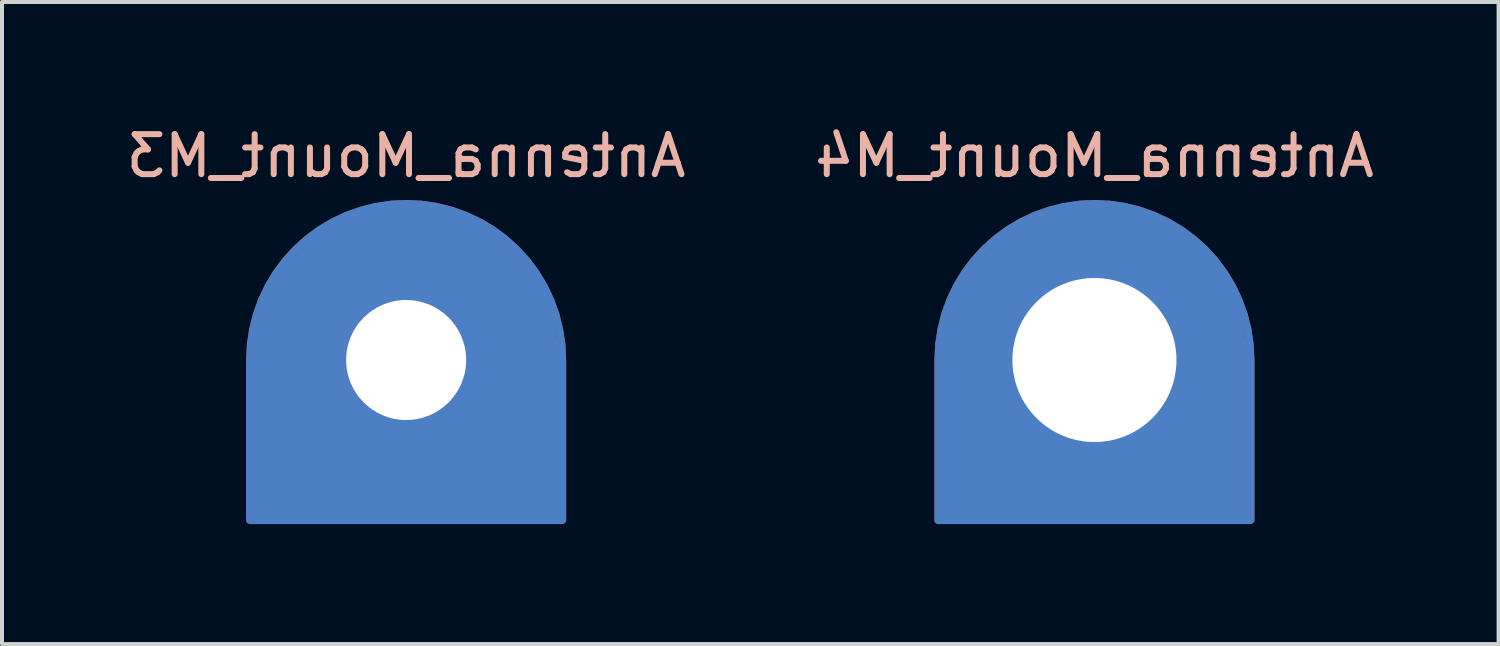
<source format=kicad_pcb>
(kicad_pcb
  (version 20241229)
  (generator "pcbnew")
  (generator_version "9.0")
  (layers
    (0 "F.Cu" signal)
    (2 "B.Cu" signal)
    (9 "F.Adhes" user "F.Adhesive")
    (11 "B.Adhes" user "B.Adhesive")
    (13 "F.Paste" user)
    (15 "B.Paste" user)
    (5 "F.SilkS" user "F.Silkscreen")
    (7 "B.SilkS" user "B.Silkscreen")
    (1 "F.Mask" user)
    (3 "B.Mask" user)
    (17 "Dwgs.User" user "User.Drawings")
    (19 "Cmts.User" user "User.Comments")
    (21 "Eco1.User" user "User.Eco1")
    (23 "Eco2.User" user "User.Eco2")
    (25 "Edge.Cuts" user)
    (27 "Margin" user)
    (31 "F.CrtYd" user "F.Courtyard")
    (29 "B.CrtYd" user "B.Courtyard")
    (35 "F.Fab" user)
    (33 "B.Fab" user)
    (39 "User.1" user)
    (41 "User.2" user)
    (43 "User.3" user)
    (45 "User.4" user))
  (footprint "Antenna_Mount_M4"
    (layer "F.Cu")
    (at 24.304 5.948)
    (property "Reference" "Antenna_Mount_M4" (at 0 -5.1 0) (layer "B.SilkS") (effects (font (size 1 1) (thickness 0.15)) (justify mirror)))
    (attr through_hole)
    (pad "1" thru_hole custom (at 0 0) (size 5 5) (drill 4.1) (layers "*.Cu" "*.Mask") (options (anchor circle)) (primitives (gr_line (start 3.9 0) (end 3.9 4) (width 0.2)) (gr_poly (pts (xy 1 -3.7) (xy 1.8 -3.4) (xy 2.5 -2.9) (xy 3.1 -2.2) (xy 3.6 -1.2) (xy 3.8 0) (xy 3.8 3.9) (xy 0 3.9) (xy -3.8 3.9) (xy -3.8 0) (xy -3.7 -0.9) (xy -3.2 -2.1) (xy -2.2 -3.1) (xy -1.1 -3.7) (xy 0 -3.9)) (width 0.1) (fill yes)) (gr_arc (start -3.899999 0) (mid 0 -3.899999) (end 3.899999 0) (width 0.2)) (gr_line (start -3.9 4) (end -3.9 0) (width 0.2)) (gr_line (start 0 -1.5) (end 0 1.5) (width 0.2)) (gr_line (start 1.5 0) (end -1.5 0) (width 0.2)) (gr_line (start -3.9 4) (end 3.9 4) (width 0.2)))))
  (footprint "Antenna_Mount_M3"
    (layer "F.Cu")
    (at 7.101 5.948)
    (property "Reference" "Antenna_Mount_M3" (at 0 -5.1 0) (layer "B.SilkS") (effects (font (size 1 1) (thickness 0.15)) (justify mirror)))
    (attr through_hole)
    (pad "1" thru_hole custom (at 0 0) (size 5 5) (drill 3) (layers "*.Cu" "*.Mask") (options (anchor circle)) (primitives (gr_line (start 3.9 0) (end 3.9 4) (width 0.2)) (gr_poly (pts (xy 1 -3.7) (xy 1.8 -3.4) (xy 2.5 -2.9) (xy 3.1 -2.2) (xy 3.6 -1.2) (xy 3.8 0) (xy 3.8 3.9) (xy 0 3.9) (xy -3.8 3.9) (xy -3.8 0) (xy -3.7 -0.9) (xy -3.2 -2.1) (xy -2.2 -3.1) (xy -1.1 -3.7) (xy 0 -3.9)) (width 0.1) (fill yes)) (gr_arc (start -3.899999 0) (mid 0 -3.899999) (end 3.899999 0) (width 0.2)) (gr_line (start -3.9 4) (end -3.9 0) (width 0.2)) (gr_line (start 0 -1.5) (end 0 1.5) (width 0.2)) (gr_line (start 1.5 0) (end -1.5 0) (width 0.2)) (gr_line (start -3.9 4) (end 3.9 4) (width 0.2)))))
  (gr_rect
    (start -3 -3)
    (end 34.405 13.048)
    (stroke (width 0.1) (type default))
    (fill no)
    (layer "Edge.Cuts")))
</source>
